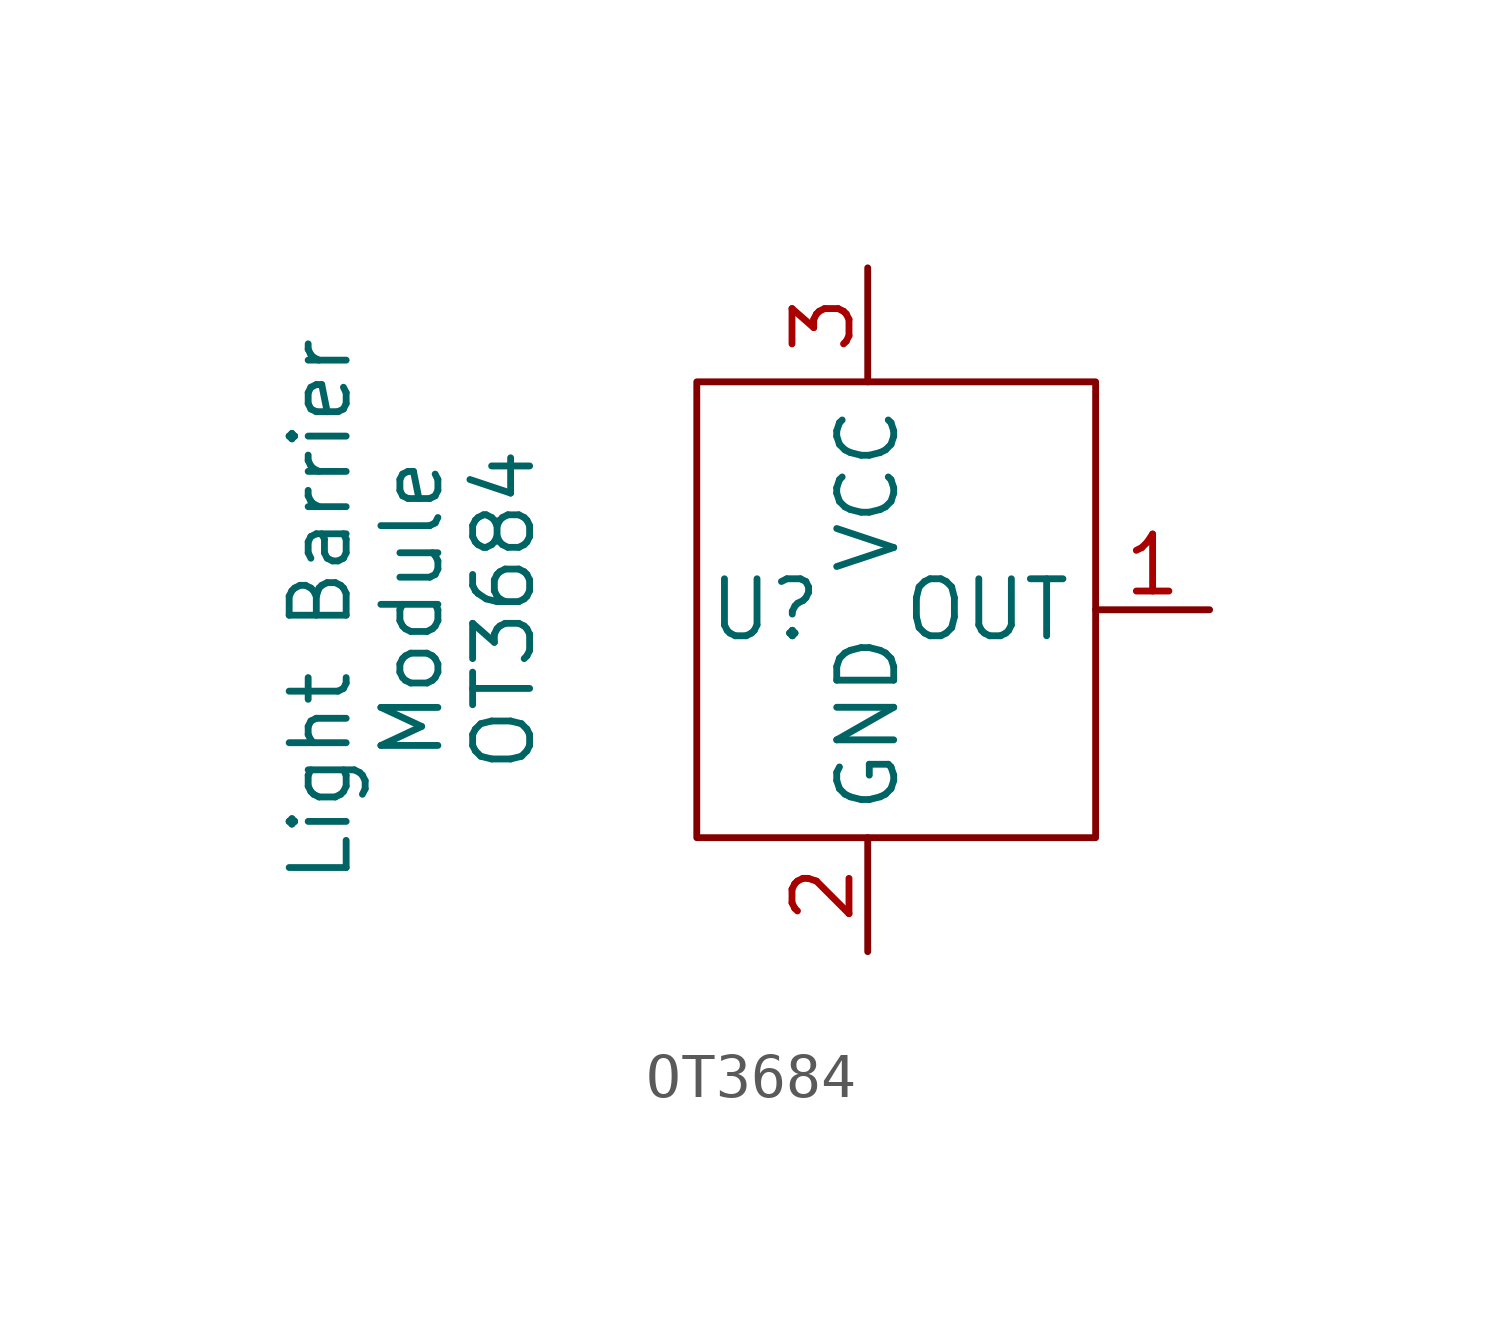
<source format=kicad_sym>
(kicad_symbol_lib
  (version 20231120)
  (generator "kicad_symbol_editor")
  (generator_version "8.0")
  (symbol "OT3684"
    (property "Reference" "U"
      (at -1.016 0 0)
      (effects (font (size 1.27 1.27))))
    (property "Value" "Light Barrier\nModule\nOT3684"
      (at -8.89 0 90)
      (effects (font (size 1.27 1.27))))
    (symbol "OT3684_0_1"
      (rectangle (start -2.54 5.08) (end 6.35 -5.08) (stroke (width 0) (type default)) (fill (type none))))
    (symbol "OT3684_1_1"
      (pin output line (at 8.89 0 180) (length 2.54) (name "OUT" (effects (font (size 1.27 1.27)))) (number "1" (effects (font (size 1.27 1.27)))))
      (pin power_in line (at 1.27 -7.62 90) (length 2.54) (name "GND" (effects (font (size 1.27 1.27)))) (number "2" (effects (font (size 1.27 1.27)))))
      (pin power_in line (at 1.27 7.62 270) (length 2.54) (name "VCC" (effects (font (size 1.27 1.27)))) (number "3" (effects (font (size 1.27 1.27))))))))
</source>
